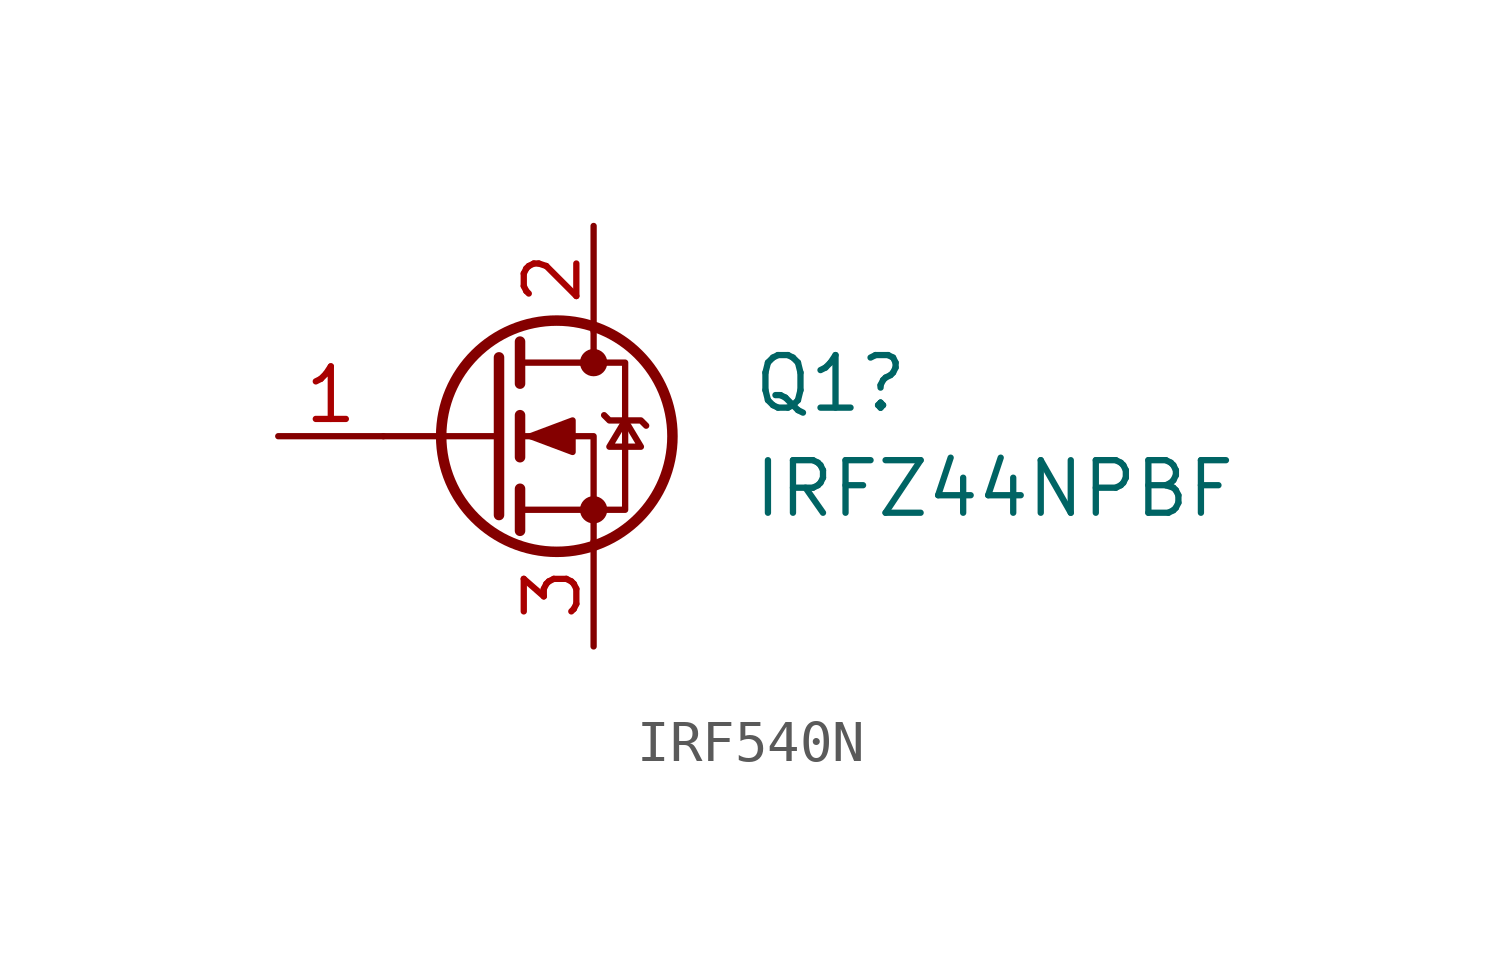
<source format=kicad_sym>
(kicad_symbol_lib
  (version 20220914)
  (generator kicad_symbol_editor)
  (symbol "IRF540N"
    (pin_names hide)
    (property "Reference" "Q1"
      (at 6.35 1.27 0)
      (effects (font (size 1.27 1.27)) (justify left)))
    (property "Value" "IRFZ44NPBF"
      (at 6.35 -1.27 0)
      (effects (font (size 1.27 1.27)) (justify left)))
    (symbol "IRF540N_0_1"
      (polyline (pts (xy 0.254 0) (xy -2.54 0)) (stroke (width 0) (type default)) (fill (type none)))
      (polyline (pts (xy 0.254 1.905) (xy 0.254 -1.905)) (stroke (width 0.254) (type default)) (fill (type none)))
      (polyline (pts (xy 0.762 -1.27) (xy 0.762 -2.286)) (stroke (width 0.254) (type default)) (fill (type none)))
      (polyline (pts (xy 0.762 0.508) (xy 0.762 -0.508)) (stroke (width 0.254) (type default)) (fill (type none)))
      (polyline (pts (xy 0.762 2.286) (xy 0.762 1.27)) (stroke (width 0.254) (type default)) (fill (type none)))
      (polyline (pts (xy 2.54 2.54) (xy 2.54 1.778)) (stroke (width 0) (type default)) (fill (type none)))
      (polyline (pts (xy 2.54 -2.54) (xy 2.54 0) (xy 0.762 0)) (stroke (width 0) (type default)) (fill (type none)))
      (polyline (pts (xy 0.762 -1.778) (xy 3.302 -1.778) (xy 3.302 1.778) (xy 0.762 1.778)) (stroke (width 0) (type default)) (fill (type none)))
      (polyline (pts (xy 1.016 0) (xy 2.032 0.381) (xy 2.032 -0.381) (xy 1.016 0)) (stroke (width 0) (type default)) (fill (type outline)))
      (polyline (pts (xy 2.794 0.508) (xy 2.921 0.381) (xy 3.683 0.381) (xy 3.81 0.254)) (stroke (width 0) (type default)) (fill (type none)))
      (polyline (pts (xy 3.302 0.381) (xy 2.921 -0.254) (xy 3.683 -0.254) (xy 3.302 0.381)) (stroke (width 0) (type default)) (fill (type none)))
      (circle (center 1.651 0) (radius 2.794) (stroke (width 0.254) (type default)) (fill (type none)))
      (circle (center 2.54 -1.778) (radius 0.254) (stroke (width 0) (type default)) (fill (type outline)))
      (circle (center 2.54 1.778) (radius 0.254) (stroke (width 0) (type default)) (fill (type outline))))
    (symbol "IRF540N_1_1"
      (pin input line (at -5.08 0 0) (length 2.54) (name "G" (effects (font (size 1.27 1.27)))) (number "1" (effects (font (size 1.27 1.27)))))
      (pin passive line (at 2.54 5.08 270) (length 2.54) (name "D" (effects (font (size 1.27 1.27)))) (number "2" (effects (font (size 1.27 1.27)))))
      (pin passive line (at 2.54 -5.08 90) (length 2.54) (name "S" (effects (font (size 1.27 1.27)))) (number "3" (effects (font (size 1.27 1.27))))))))
</source>
